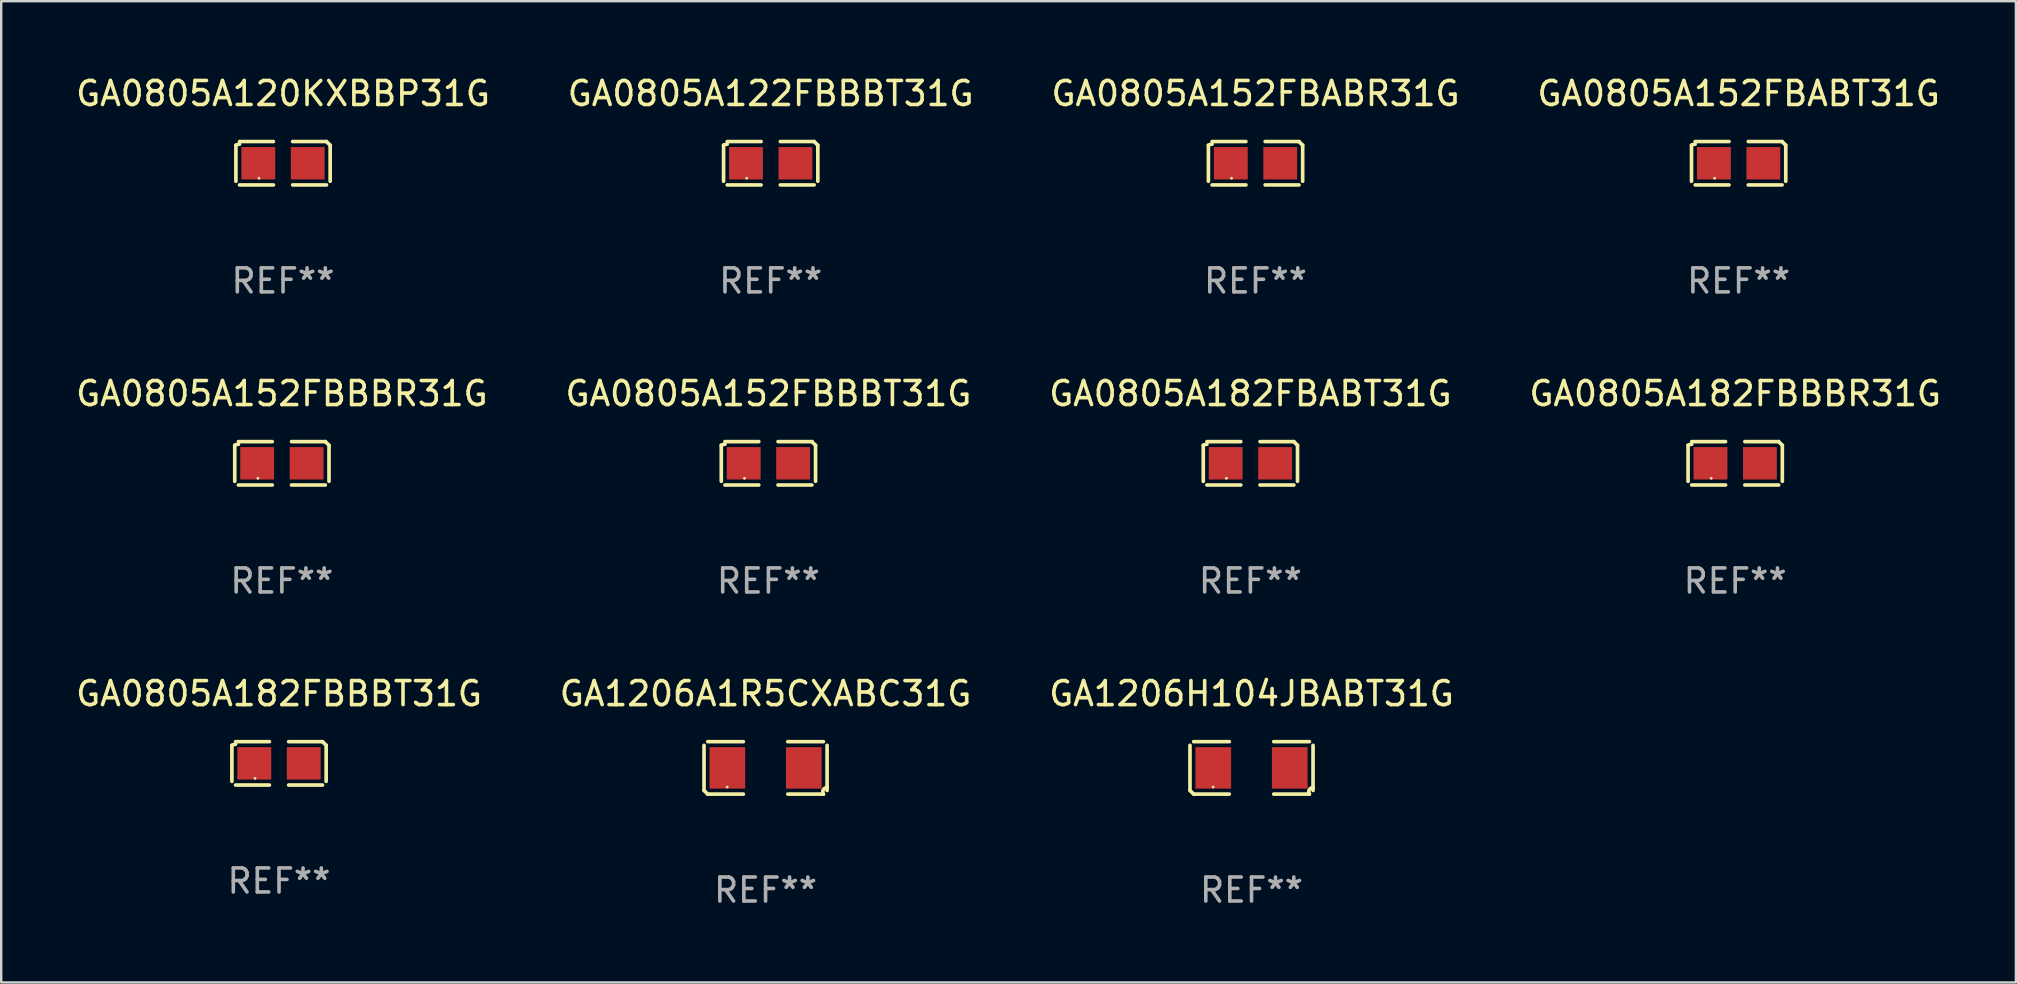
<source format=kicad_pcb>
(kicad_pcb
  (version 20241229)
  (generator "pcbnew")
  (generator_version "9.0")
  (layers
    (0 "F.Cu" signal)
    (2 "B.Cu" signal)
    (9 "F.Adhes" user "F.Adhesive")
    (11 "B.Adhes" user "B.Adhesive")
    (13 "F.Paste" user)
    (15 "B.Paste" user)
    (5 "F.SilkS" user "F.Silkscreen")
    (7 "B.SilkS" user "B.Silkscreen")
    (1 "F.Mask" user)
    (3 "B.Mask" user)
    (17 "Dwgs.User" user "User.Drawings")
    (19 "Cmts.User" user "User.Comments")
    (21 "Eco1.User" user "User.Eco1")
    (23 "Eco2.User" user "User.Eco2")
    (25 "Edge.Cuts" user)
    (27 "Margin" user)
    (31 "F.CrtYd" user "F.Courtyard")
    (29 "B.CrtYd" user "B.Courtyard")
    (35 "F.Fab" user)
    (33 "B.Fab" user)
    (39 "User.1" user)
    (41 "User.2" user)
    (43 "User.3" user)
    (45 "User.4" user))
  (footprint "GA0805A152FBBBR31G"
    (layer "F.Cu")
    (at 8.696 16.256)
    (property "Reference" "GA0805A152FBBBR31G" (at 0 -2.904 0) (layer "F.SilkS") (effects (font (size 1 1) (thickness 0.15))))
    (attr through_hole)
    (fp_line (start -1.964 0.751) (end -1.964 -0.751) (stroke (width 0.152) (type solid)) (layer "F.SilkS"))
    (fp_line (start -1.811 -0.904) (end -0.401 -0.904) (stroke (width 0.152) (type solid)) (layer "F.SilkS"))
    (fp_line (start -0.401 0.904) (end -1.811 0.904) (stroke (width 0.152) (type solid)) (layer "F.SilkS"))
    (fp_line (start 0.401 0.904) (end 1.811 0.904) (stroke (width 0.152) (type solid)) (layer "F.SilkS"))
    (fp_line (start 1.811 -0.904) (end 0.401 -0.904) (stroke (width 0.152) (type solid)) (layer "F.SilkS"))
    (fp_line (start 1.964 0.751) (end 1.964 -0.751) (stroke (width 0.152) (type solid)) (layer "F.SilkS"))
    (fp_arc (start -1.963602 -0.751207) (mid -1.890354 -0.783131) (end -1.811201 -0.794044) (stroke (width 0.1524) (type solid)) (layer "F.SilkS"))
    (fp_arc (start 1.811202 -0.903607) (mid 1.887413 -0.827418) (end 1.963602 -0.751207) (stroke (width 0.1524) (type solid)) (layer "F.SilkS"))
    (fp_circle (center -1 0.625) (end -0.97 0.625) (stroke (width 0.06) (type solid)) (fill no) (layer "F.SilkS"))
    (fp_text user "REF**" (at 0 4.904 0) (layer "F.Fab") (effects (font (size 1 1) (thickness 0.15))))
    (pad "1" smd rect (at -1.03 0) (size 1.41 1.35) (layers "F.Cu" "F.Mask" "F.Paste"))
    (pad "2" smd rect (at 1.03 0) (size 1.41 1.35) (layers "F.Cu" "F.Mask" "F.Paste")))
  (footprint "GA0805A120KXBBP31G"
    (layer "F.Cu")
    (at 8.744 3.752)
    (property "Reference" "GA0805A120KXBBP31G" (at 0 -2.904 0) (layer "F.SilkS") (effects (font (size 1 1) (thickness 0.15))))
    (attr through_hole)
    (fp_line (start -1.964 0.751) (end -1.964 -0.751) (stroke (width 0.152) (type solid)) (layer "F.SilkS"))
    (fp_line (start -1.811 -0.904) (end -0.401 -0.904) (stroke (width 0.152) (type solid)) (layer "F.SilkS"))
    (fp_line (start -0.401 0.904) (end -1.811 0.904) (stroke (width 0.152) (type solid)) (layer "F.SilkS"))
    (fp_line (start 0.401 0.904) (end 1.811 0.904) (stroke (width 0.152) (type solid)) (layer "F.SilkS"))
    (fp_line (start 1.811 -0.904) (end 0.401 -0.904) (stroke (width 0.152) (type solid)) (layer "F.SilkS"))
    (fp_line (start 1.964 0.751) (end 1.964 -0.751) (stroke (width 0.152) (type solid)) (layer "F.SilkS"))
    (fp_arc (start -1.963602 -0.751207) (mid -1.890354 -0.783131) (end -1.811201 -0.794044) (stroke (width 0.1524) (type solid)) (layer "F.SilkS"))
    (fp_arc (start 1.811202 -0.903607) (mid 1.887413 -0.827418) (end 1.963602 -0.751207) (stroke (width 0.1524) (type solid)) (layer "F.SilkS"))
    (fp_circle (center -1 0.625) (end -0.97 0.625) (stroke (width 0.06) (type solid)) (fill no) (layer "F.SilkS"))
    (fp_text user "REF**" (at 0 4.904 0) (layer "F.Fab") (effects (font (size 1 1) (thickness 0.15))))
    (pad "1" smd rect (at -1.03 0) (size 1.41 1.35) (layers "F.Cu" "F.Mask" "F.Paste"))
    (pad "2" smd rect (at 1.03 0) (size 1.41 1.35) (layers "F.Cu" "F.Mask" "F.Paste")))
  (footprint "GA0805A182FBBBR31G"
    (layer "F.Cu")
    (at 69.256 16.256)
    (property "Reference" "GA0805A182FBBBR31G" (at 0 -2.904 0) (layer "F.SilkS") (effects (font (size 1 1) (thickness 0.15))))
    (attr through_hole)
    (fp_line (start -1.964 0.751) (end -1.964 -0.751) (stroke (width 0.152) (type solid)) (layer "F.SilkS"))
    (fp_line (start -1.811 -0.904) (end -0.401 -0.904) (stroke (width 0.152) (type solid)) (layer "F.SilkS"))
    (fp_line (start -0.401 0.904) (end -1.811 0.904) (stroke (width 0.152) (type solid)) (layer "F.SilkS"))
    (fp_line (start 0.401 0.904) (end 1.811 0.904) (stroke (width 0.152) (type solid)) (layer "F.SilkS"))
    (fp_line (start 1.811 -0.904) (end 0.401 -0.904) (stroke (width 0.152) (type solid)) (layer "F.SilkS"))
    (fp_line (start 1.964 0.751) (end 1.964 -0.751) (stroke (width 0.152) (type solid)) (layer "F.SilkS"))
    (fp_arc (start -1.963602 -0.751207) (mid -1.890354 -0.783131) (end -1.811201 -0.794044) (stroke (width 0.1524) (type solid)) (layer "F.SilkS"))
    (fp_arc (start 1.811202 -0.903607) (mid 1.887413 -0.827418) (end 1.963602 -0.751207) (stroke (width 0.1524) (type solid)) (layer "F.SilkS"))
    (fp_circle (center -1 0.625) (end -0.97 0.625) (stroke (width 0.06) (type solid)) (fill no) (layer "F.SilkS"))
    (fp_text user "REF**" (at 0 4.904 0) (layer "F.Fab") (effects (font (size 1 1) (thickness 0.15))))
    (pad "1" smd rect (at -1.03 0) (size 1.41 1.35) (layers "F.Cu" "F.Mask" "F.Paste"))
    (pad "2" smd rect (at 1.03 0) (size 1.41 1.35) (layers "F.Cu" "F.Mask" "F.Paste")))
  (footprint "GA0805A152FBBBT31G"
    (layer "F.Cu")
    (at 28.97 16.256)
    (property "Reference" "GA0805A152FBBBT31G" (at 0 -2.904 0) (layer "F.SilkS") (effects (font (size 1 1) (thickness 0.15))))
    (attr through_hole)
    (fp_line (start -1.964 0.751) (end -1.964 -0.751) (stroke (width 0.152) (type solid)) (layer "F.SilkS"))
    (fp_line (start -1.811 -0.904) (end -0.401 -0.904) (stroke (width 0.152) (type solid)) (layer "F.SilkS"))
    (fp_line (start -0.401 0.904) (end -1.811 0.904) (stroke (width 0.152) (type solid)) (layer "F.SilkS"))
    (fp_line (start 0.401 0.904) (end 1.811 0.904) (stroke (width 0.152) (type solid)) (layer "F.SilkS"))
    (fp_line (start 1.811 -0.904) (end 0.401 -0.904) (stroke (width 0.152) (type solid)) (layer "F.SilkS"))
    (fp_line (start 1.964 0.751) (end 1.964 -0.751) (stroke (width 0.152) (type solid)) (layer "F.SilkS"))
    (fp_arc (start -1.963602 -0.751207) (mid -1.890354 -0.783131) (end -1.811201 -0.794044) (stroke (width 0.1524) (type solid)) (layer "F.SilkS"))
    (fp_arc (start 1.811202 -0.903607) (mid 1.887413 -0.827418) (end 1.963602 -0.751207) (stroke (width 0.1524) (type solid)) (layer "F.SilkS"))
    (fp_circle (center -1 0.625) (end -0.97 0.625) (stroke (width 0.06) (type solid)) (fill no) (layer "F.SilkS"))
    (fp_text user "REF**" (at 0 4.904 0) (layer "F.Fab") (effects (font (size 1 1) (thickness 0.15))))
    (pad "1" smd rect (at -1.03 0) (size 1.41 1.35) (layers "F.Cu" "F.Mask" "F.Paste"))
    (pad "2" smd rect (at 1.03 0) (size 1.41 1.35) (layers "F.Cu" "F.Mask" "F.Paste")))
  (footprint "GA0805A152FBABT31G"
    (layer "F.Cu")
    (at 69.399 3.752)
    (property "Reference" "GA0805A152FBABT31G" (at 0 -2.904 0) (layer "F.SilkS") (effects (font (size 1 1) (thickness 0.15))))
    (attr through_hole)
    (fp_line (start -1.964 0.751) (end -1.964 -0.751) (stroke (width 0.152) (type solid)) (layer "F.SilkS"))
    (fp_line (start -1.811 -0.904) (end -0.401 -0.904) (stroke (width 0.152) (type solid)) (layer "F.SilkS"))
    (fp_line (start -0.401 0.904) (end -1.811 0.904) (stroke (width 0.152) (type solid)) (layer "F.SilkS"))
    (fp_line (start 0.401 0.904) (end 1.811 0.904) (stroke (width 0.152) (type solid)) (layer "F.SilkS"))
    (fp_line (start 1.811 -0.904) (end 0.401 -0.904) (stroke (width 0.152) (type solid)) (layer "F.SilkS"))
    (fp_line (start 1.964 0.751) (end 1.964 -0.751) (stroke (width 0.152) (type solid)) (layer "F.SilkS"))
    (fp_arc (start -1.963602 -0.751207) (mid -1.890354 -0.783131) (end -1.811201 -0.794044) (stroke (width 0.1524) (type solid)) (layer "F.SilkS"))
    (fp_arc (start 1.811202 -0.903607) (mid 1.887413 -0.827418) (end 1.963602 -0.751207) (stroke (width 0.1524) (type solid)) (layer "F.SilkS"))
    (fp_circle (center -1 0.625) (end -0.97 0.625) (stroke (width 0.06) (type solid)) (fill no) (layer "F.SilkS"))
    (fp_text user "REF**" (at 0 4.904 0) (layer "F.Fab") (effects (font (size 1 1) (thickness 0.15))))
    (pad "1" smd rect (at -1.03 0) (size 1.41 1.35) (layers "F.Cu" "F.Mask" "F.Paste"))
    (pad "2" smd rect (at 1.03 0) (size 1.41 1.35) (layers "F.Cu" "F.Mask" "F.Paste")))
  (footprint "GA0805A152FBABR31G"
    (layer "F.Cu")
    (at 49.268 3.752)
    (property "Reference" "GA0805A152FBABR31G" (at 0 -2.904 0) (layer "F.SilkS") (effects (font (size 1 1) (thickness 0.15))))
    (attr through_hole)
    (fp_line (start -1.964 0.751) (end -1.964 -0.751) (stroke (width 0.152) (type solid)) (layer "F.SilkS"))
    (fp_line (start -1.811 -0.904) (end -0.401 -0.904) (stroke (width 0.152) (type solid)) (layer "F.SilkS"))
    (fp_line (start -0.401 0.904) (end -1.811 0.904) (stroke (width 0.152) (type solid)) (layer "F.SilkS"))
    (fp_line (start 0.401 0.904) (end 1.811 0.904) (stroke (width 0.152) (type solid)) (layer "F.SilkS"))
    (fp_line (start 1.811 -0.904) (end 0.401 -0.904) (stroke (width 0.152) (type solid)) (layer "F.SilkS"))
    (fp_line (start 1.964 0.751) (end 1.964 -0.751) (stroke (width 0.152) (type solid)) (layer "F.SilkS"))
    (fp_arc (start -1.963602 -0.751207) (mid -1.890354 -0.783131) (end -1.811201 -0.794044) (stroke (width 0.1524) (type solid)) (layer "F.SilkS"))
    (fp_arc (start 1.811202 -0.903607) (mid 1.887413 -0.827418) (end 1.963602 -0.751207) (stroke (width 0.1524) (type solid)) (layer "F.SilkS"))
    (fp_circle (center -1 0.625) (end -0.97 0.625) (stroke (width 0.06) (type solid)) (fill no) (layer "F.SilkS"))
    (fp_text user "REF**" (at 0 4.904 0) (layer "F.Fab") (effects (font (size 1 1) (thickness 0.15))))
    (pad "1" smd rect (at -1.03 0) (size 1.41 1.35) (layers "F.Cu" "F.Mask" "F.Paste"))
    (pad "2" smd rect (at 1.03 0) (size 1.41 1.35) (layers "F.Cu" "F.Mask" "F.Paste")))
  (footprint "GA0805A182FBABT31G"
    (layer "F.Cu")
    (at 49.054 16.256)
    (property "Reference" "GA0805A182FBABT31G" (at 0 -2.904 0) (layer "F.SilkS") (effects (font (size 1 1) (thickness 0.15))))
    (attr through_hole)
    (fp_line (start -1.964 0.751) (end -1.964 -0.751) (stroke (width 0.152) (type solid)) (layer "F.SilkS"))
    (fp_line (start -1.811 -0.904) (end -0.401 -0.904) (stroke (width 0.152) (type solid)) (layer "F.SilkS"))
    (fp_line (start -0.401 0.904) (end -1.811 0.904) (stroke (width 0.152) (type solid)) (layer "F.SilkS"))
    (fp_line (start 0.401 0.904) (end 1.811 0.904) (stroke (width 0.152) (type solid)) (layer "F.SilkS"))
    (fp_line (start 1.811 -0.904) (end 0.401 -0.904) (stroke (width 0.152) (type solid)) (layer "F.SilkS"))
    (fp_line (start 1.964 0.751) (end 1.964 -0.751) (stroke (width 0.152) (type solid)) (layer "F.SilkS"))
    (fp_arc (start -1.963602 -0.751207) (mid -1.890354 -0.783131) (end -1.811201 -0.794044) (stroke (width 0.1524) (type solid)) (layer "F.SilkS"))
    (fp_arc (start 1.811202 -0.903607) (mid 1.887413 -0.827418) (end 1.963602 -0.751207) (stroke (width 0.1524) (type solid)) (layer "F.SilkS"))
    (fp_circle (center -1 0.625) (end -0.97 0.625) (stroke (width 0.06) (type solid)) (fill no) (layer "F.SilkS"))
    (fp_text user "REF**" (at 0 4.904 0) (layer "F.Fab") (effects (font (size 1 1) (thickness 0.15))))
    (pad "1" smd rect (at -1.03 0) (size 1.41 1.35) (layers "F.Cu" "F.Mask" "F.Paste"))
    (pad "2" smd rect (at 1.03 0) (size 1.41 1.35) (layers "F.Cu" "F.Mask" "F.Paste")))
  (footprint "GA0805A122FBBBT31G"
    (layer "F.Cu")
    (at 29.065 3.752)
    (property "Reference" "GA0805A122FBBBT31G" (at 0 -2.904 0) (layer "F.SilkS") (effects (font (size 1 1) (thickness 0.15))))
    (attr through_hole)
    (fp_line (start -1.964 0.751) (end -1.964 -0.751) (stroke (width 0.152) (type solid)) (layer "F.SilkS"))
    (fp_line (start -1.811 -0.904) (end -0.401 -0.904) (stroke (width 0.152) (type solid)) (layer "F.SilkS"))
    (fp_line (start -0.401 0.904) (end -1.811 0.904) (stroke (width 0.152) (type solid)) (layer "F.SilkS"))
    (fp_line (start 0.401 0.904) (end 1.811 0.904) (stroke (width 0.152) (type solid)) (layer "F.SilkS"))
    (fp_line (start 1.811 -0.904) (end 0.401 -0.904) (stroke (width 0.152) (type solid)) (layer "F.SilkS"))
    (fp_line (start 1.964 0.751) (end 1.964 -0.751) (stroke (width 0.152) (type solid)) (layer "F.SilkS"))
    (fp_arc (start -1.963602 -0.751207) (mid -1.890354 -0.783131) (end -1.811201 -0.794044) (stroke (width 0.1524) (type solid)) (layer "F.SilkS"))
    (fp_arc (start 1.811202 -0.903607) (mid 1.887413 -0.827418) (end 1.963602 -0.751207) (stroke (width 0.1524) (type solid)) (layer "F.SilkS"))
    (fp_circle (center -1 0.625) (end -0.97 0.625) (stroke (width 0.06) (type solid)) (fill no) (layer "F.SilkS"))
    (fp_text user "REF**" (at 0 4.904 0) (layer "F.Fab") (effects (font (size 1 1) (thickness 0.15))))
    (pad "1" smd rect (at -1.03 0) (size 1.41 1.35) (layers "F.Cu" "F.Mask" "F.Paste"))
    (pad "2" smd rect (at 1.03 0) (size 1.41 1.35) (layers "F.Cu" "F.Mask" "F.Paste")))
  (footprint "GA0805A182FBBBT31G"
    (layer "F.Cu")
    (at 8.577 28.759)
    (property "Reference" "GA0805A182FBBBT31G" (at 0 -2.904 0) (layer "F.SilkS") (effects (font (size 1 1) (thickness 0.15))))
    (attr through_hole)
    (fp_line (start -1.964 0.751) (end -1.964 -0.751) (stroke (width 0.152) (type solid)) (layer "F.SilkS"))
    (fp_line (start -1.811 -0.904) (end -0.401 -0.904) (stroke (width 0.152) (type solid)) (layer "F.SilkS"))
    (fp_line (start -0.401 0.904) (end -1.811 0.904) (stroke (width 0.152) (type solid)) (layer "F.SilkS"))
    (fp_line (start 0.401 0.904) (end 1.811 0.904) (stroke (width 0.152) (type solid)) (layer "F.SilkS"))
    (fp_line (start 1.811 -0.904) (end 0.401 -0.904) (stroke (width 0.152) (type solid)) (layer "F.SilkS"))
    (fp_line (start 1.964 0.751) (end 1.964 -0.751) (stroke (width 0.152) (type solid)) (layer "F.SilkS"))
    (fp_arc (start -1.963602 -0.751207) (mid -1.890354 -0.783131) (end -1.811201 -0.794044) (stroke (width 0.1524) (type solid)) (layer "F.SilkS"))
    (fp_arc (start 1.811202 -0.903607) (mid 1.887413 -0.827418) (end 1.963602 -0.751207) (stroke (width 0.1524) (type solid)) (layer "F.SilkS"))
    (fp_circle (center -1 0.625) (end -0.97 0.625) (stroke (width 0.06) (type solid)) (fill no) (layer "F.SilkS"))
    (fp_text user "REF**" (at 0 4.904 0) (layer "F.Fab") (effects (font (size 1 1) (thickness 0.15))))
    (pad "1" smd rect (at -1.03 0) (size 1.41 1.35) (layers "F.Cu" "F.Mask" "F.Paste"))
    (pad "2" smd rect (at 1.03 0) (size 1.41 1.35) (layers "F.Cu" "F.Mask" "F.Paste")))
  (footprint "GA1206H104JBABT31G"
    (layer "F.Cu")
    (at 49.101 28.948)
    (property "Reference" "GA1206H104JBABT31G" (at 0 -3.093 0) (layer "F.SilkS") (effects (font (size 1 1) (thickness 0.15))))
    (attr through_hole)
    (fp_line (start -2.564 0.94) (end -2.564 -0.94) (stroke (width 0.152) (type solid)) (layer "F.SilkS"))
    (fp_line (start -2.411 -1.093) (end -0.926 -1.093) (stroke (width 0.152) (type solid)) (layer "F.SilkS"))
    (fp_line (start -0.926 1.093) (end -2.411 1.093) (stroke (width 0.152) (type solid)) (layer "F.SilkS"))
    (fp_line (start 0.926 1.093) (end 2.411 1.093) (stroke (width 0.152) (type solid)) (layer "F.SilkS"))
    (fp_line (start 2.411 -1.093) (end 0.926 -1.093) (stroke (width 0.152) (type solid)) (layer "F.SilkS"))
    (fp_line (start 2.564 0.94) (end 2.564 -0.94) (stroke (width 0.152) (type solid)) (layer "F.SilkS"))
    (fp_arc (start -2.411201 1.092609) (mid -2.487413 1.01642) (end -2.563602 0.940208) (stroke (width 0.1524) (type solid)) (layer "F.SilkS"))
    (fp_arc (start 2.411201 1.092609) (mid 2.407159 0.911226) (end 2.563602 0.819347) (stroke (width 0.1524) (type solid)) (layer "F.SilkS"))
    (fp_circle (center -1.6 0.8) (end -1.57 0.8) (stroke (width 0.06) (type solid)) (fill no) (layer "F.SilkS"))
    (fp_text user "REF**" (at 0 5.093 0) (layer "F.Fab") (effects (font (size 1 1) (thickness 0.15))))
    (pad "1" smd rect (at -1.593 0) (size 1.485 1.728) (layers "F.Cu" "F.Mask" "F.Paste"))
    (pad "2" smd rect (at 1.593 0) (size 1.485 1.728) (layers "F.Cu" "F.Mask" "F.Paste")))
  (footprint "GA1206A1R5CXABC31G"
    (layer "F.Cu")
    (at 28.851 28.948)
    (property "Reference" "GA1206A1R5CXABC31G" (at 0 -3.093 0) (layer "F.SilkS") (effects (font (size 1 1) (thickness 0.15))))
    (attr through_hole)
    (fp_line (start -2.564 0.94) (end -2.564 -0.94) (stroke (width 0.152) (type solid)) (layer "F.SilkS"))
    (fp_line (start -2.411 -1.093) (end -0.926 -1.093) (stroke (width 0.152) (type solid)) (layer "F.SilkS"))
    (fp_line (start -0.926 1.093) (end -2.411 1.093) (stroke (width 0.152) (type solid)) (layer "F.SilkS"))
    (fp_line (start 0.926 1.093) (end 2.411 1.093) (stroke (width 0.152) (type solid)) (layer "F.SilkS"))
    (fp_line (start 2.411 -1.093) (end 0.926 -1.093) (stroke (width 0.152) (type solid)) (layer "F.SilkS"))
    (fp_line (start 2.564 0.94) (end 2.564 -0.94) (stroke (width 0.152) (type solid)) (layer "F.SilkS"))
    (fp_arc (start -2.411201 1.092609) (mid -2.487413 1.01642) (end -2.563602 0.940208) (stroke (width 0.1524) (type solid)) (layer "F.SilkS"))
    (fp_arc (start 2.411201 1.092609) (mid 2.407159 0.911226) (end 2.563602 0.819347) (stroke (width 0.1524) (type solid)) (layer "F.SilkS"))
    (fp_circle (center -1.6 0.8) (end -1.57 0.8) (stroke (width 0.06) (type solid)) (fill no) (layer "F.SilkS"))
    (fp_text user "REF**" (at 0 5.093 0) (layer "F.Fab") (effects (font (size 1 1) (thickness 0.15))))
    (pad "1" smd rect (at -1.593 0) (size 1.485 1.728) (layers "F.Cu" "F.Mask" "F.Paste"))
    (pad "2" smd rect (at 1.593 0) (size 1.485 1.728) (layers "F.Cu" "F.Mask" "F.Paste")))
  (gr_rect
    (start -3 -3)
    (end 80.952 37.889)
    (stroke (width 0.1) (type default))
    (fill no)
    (layer "Edge.Cuts")))
</source>
